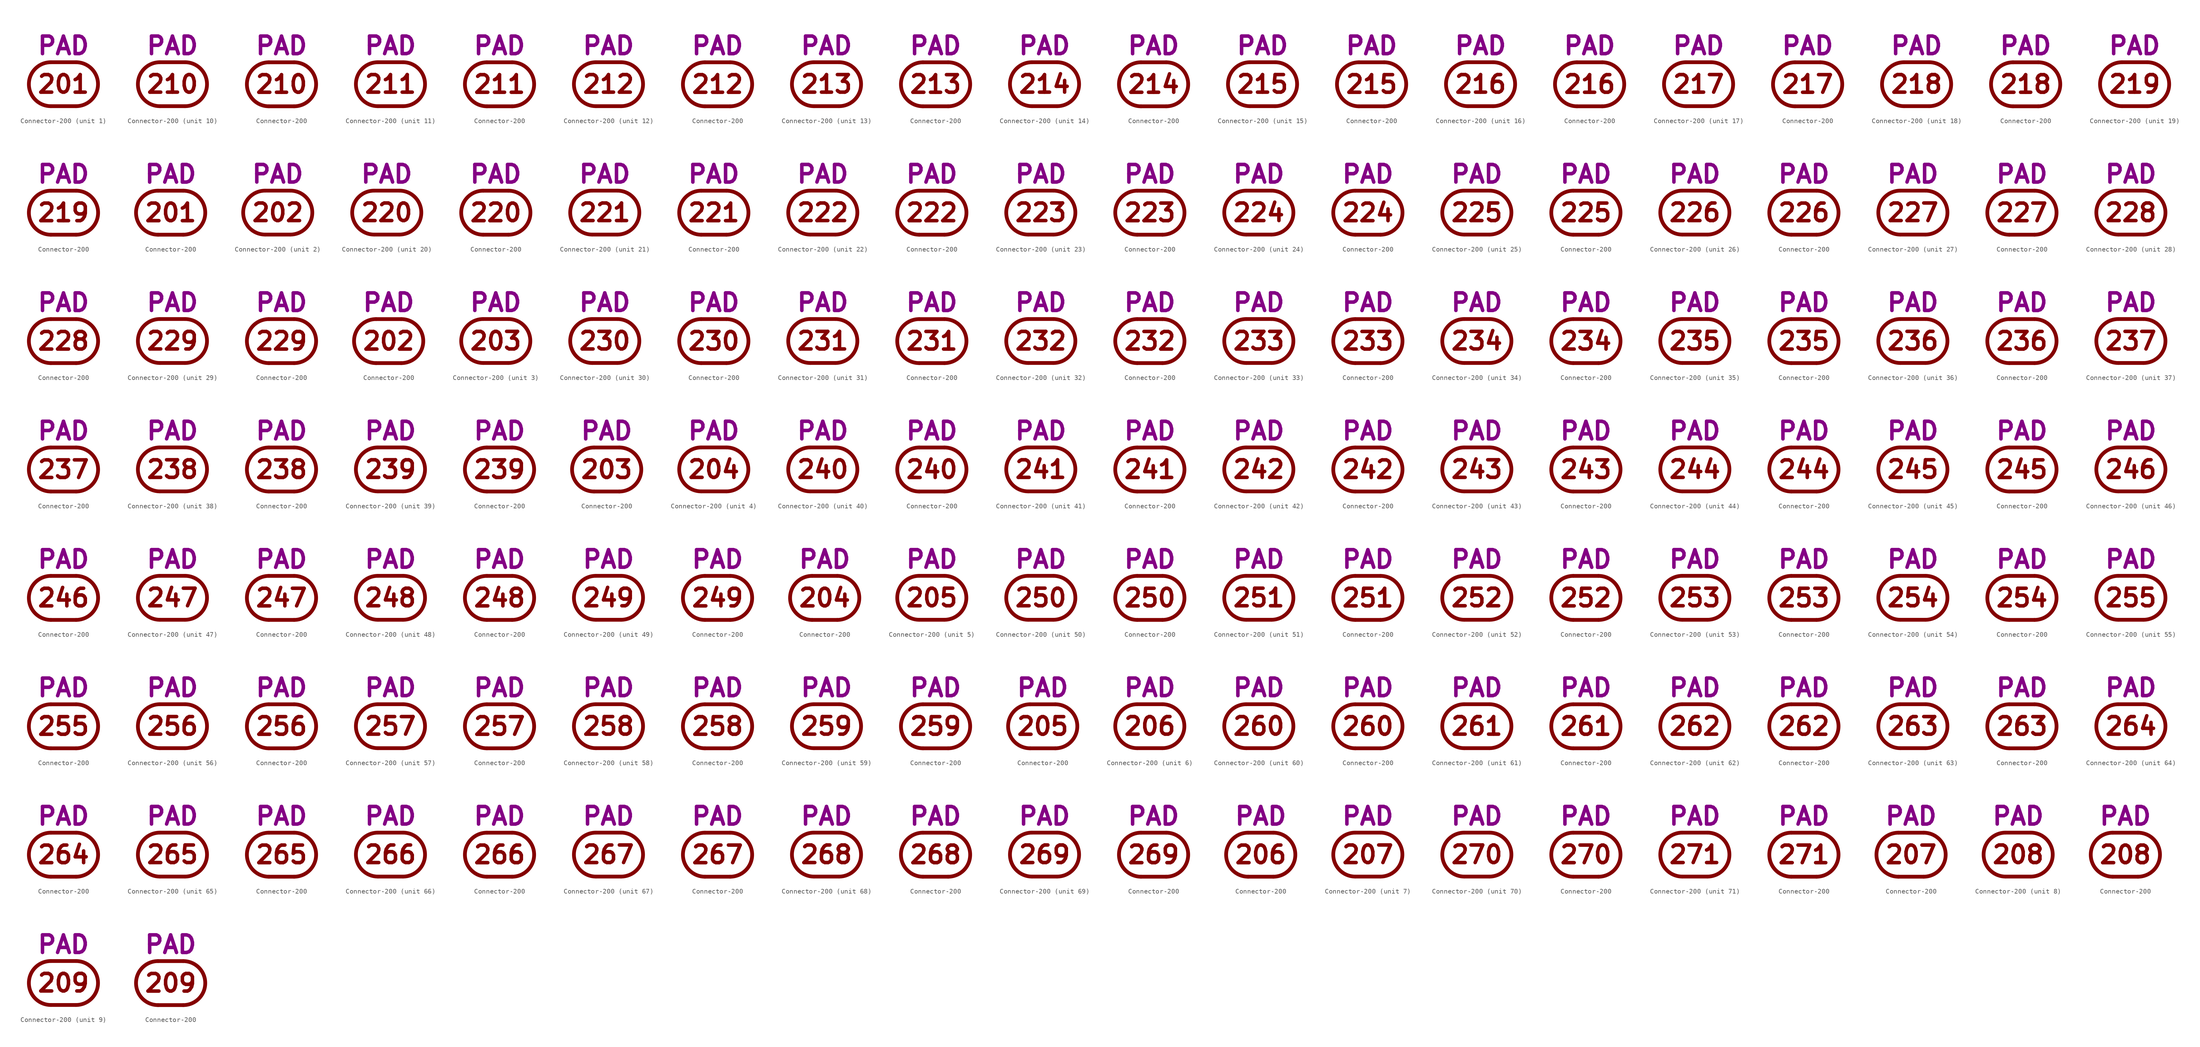
<source format=kicad_sym>
(kicad_symbol_lib
  (version 20211014)
  (generator kicad_symbol_editor)
  (symbol "Connector-200"
    (pin_numbers hide)
    (pin_names
      (offset 0) hide)
    (property "Reference" "J"
      (at 0 8.255 0)
      (effects (font (size 3.556 3.556)) hide))
    (property "Caption" "PAD"
      (at 0 5.715 0)
      (effects (font (size 3.556 3.556) bold) (justify bottom)))
    (property "ki_locked" ""
      (at 0 0 0)
      (effects (font (size 1.27 1.27))))
    (symbol "Connector-200_0_0"
      (arc (start -2.54 4.445) (mid -6.985 0) (end -2.54 -4.445) (stroke (width 0.762) (type default) (color 0 0 0 0)) (fill (type none)))
      (polyline (pts (xy -2.54 -4.445) (xy 2.54 -4.445)) (stroke (width 0.762) (type default) (color 0 0 0 0)) (fill (type none)))
      (polyline (pts (xy -2.54 4.445) (xy 2.54 4.445)) (stroke (width 0.762) (type default) (color 0 0 0 0)) (fill (type none)))
      (arc (start 2.54 -4.445) (mid 6.985 0) (end 2.54 4.445) (stroke (width 0.762) (type default) (color 0 0 0 0)) (fill (type none))))
    (symbol "Connector-200_1_0"
      (text "201" (at 0 0 0) (effects (font (size 3.556 3.556) bold))))
    (symbol "Connector-200_1_1"
      (pin passive line (at 6.985 0 180) (length 0) (name "201" (effects (font (size 3.556 3.556)))) (number "201" (effects (font (size 3.556 3.556))))))
    (symbol "Connector-200_1_2"
      (pin passive line (at 0 4.445 270) (length 0) (name "201" (effects (font (size 3.556 3.556)))) (number "201" (effects (font (size 3.556 3.556))))))
    (symbol "Connector-200_2_0"
      (text "202" (at 0 0 0) (effects (font (size 3.556 3.556) bold))))
    (symbol "Connector-200_2_1"
      (pin passive line (at 6.985 0 180) (length 0) (name "202" (effects (font (size 3.556 3.556)))) (number "202" (effects (font (size 3.556 3.556))))))
    (symbol "Connector-200_2_2"
      (pin passive line (at 0 4.445 270) (length 0) (name "202" (effects (font (size 3.556 3.556)))) (number "202" (effects (font (size 3.556 3.556))))))
    (symbol "Connector-200_3_0"
      (text "203" (at 0 0 0) (effects (font (size 3.556 3.556) bold))))
    (symbol "Connector-200_3_1"
      (pin passive line (at 6.985 0 180) (length 0) (name "203" (effects (font (size 3.556 3.556)))) (number "203" (effects (font (size 3.556 3.556))))))
    (symbol "Connector-200_3_2"
      (pin passive line (at 0 4.445 270) (length 0) (name "203" (effects (font (size 3.556 3.556)))) (number "203" (effects (font (size 3.556 3.556))))))
    (symbol "Connector-200_4_0"
      (text "204" (at 0 0 0) (effects (font (size 3.556 3.556) bold))))
    (symbol "Connector-200_4_1"
      (pin passive line (at 6.985 0 180) (length 0) (name "204" (effects (font (size 3.556 3.556)))) (number "204" (effects (font (size 3.556 3.556))))))
    (symbol "Connector-200_4_2"
      (pin passive line (at 0 4.445 270) (length 0) (name "204" (effects (font (size 3.556 3.556)))) (number "204" (effects (font (size 3.556 3.556))))))
    (symbol "Connector-200_5_0"
      (text "205" (at 0 0 0) (effects (font (size 3.556 3.556) bold))))
    (symbol "Connector-200_5_1"
      (pin passive line (at 6.985 0 180) (length 0) (name "205" (effects (font (size 3.556 3.556)))) (number "205" (effects (font (size 3.556 3.556))))))
    (symbol "Connector-200_5_2"
      (pin passive line (at 0 4.445 270) (length 0) (name "205" (effects (font (size 3.556 3.556)))) (number "205" (effects (font (size 3.556 3.556))))))
    (symbol "Connector-200_6_0"
      (text "206" (at 0 0 0) (effects (font (size 3.556 3.556) bold))))
    (symbol "Connector-200_6_1"
      (pin passive line (at 6.985 0 180) (length 0) (name "206" (effects (font (size 3.556 3.556)))) (number "206" (effects (font (size 3.556 3.556))))))
    (symbol "Connector-200_6_2"
      (pin passive line (at 0 4.445 270) (length 0) (name "206" (effects (font (size 3.556 3.556)))) (number "206" (effects (font (size 3.556 3.556))))))
    (symbol "Connector-200_7_0"
      (text "207" (at 0 0 0) (effects (font (size 3.556 3.556) bold))))
    (symbol "Connector-200_7_1"
      (pin passive line (at 6.985 0 180) (length 0) (name "207" (effects (font (size 3.556 3.556)))) (number "207" (effects (font (size 3.556 3.556))))))
    (symbol "Connector-200_7_2"
      (pin passive line (at 0 4.445 270) (length 0) (name "207" (effects (font (size 3.556 3.556)))) (number "207" (effects (font (size 3.556 3.556))))))
    (symbol "Connector-200_8_0"
      (text "208" (at 0 0 0) (effects (font (size 3.556 3.556) bold))))
    (symbol "Connector-200_8_1"
      (pin passive line (at 6.985 0 180) (length 0) (name "208" (effects (font (size 3.556 3.556)))) (number "208" (effects (font (size 3.556 3.556))))))
    (symbol "Connector-200_8_2"
      (pin passive line (at 0 4.445 270) (length 0) (name "208" (effects (font (size 3.556 3.556)))) (number "208" (effects (font (size 3.556 3.556))))))
    (symbol "Connector-200_9_0"
      (text "209" (at 0 0 0) (effects (font (size 3.556 3.556) bold))))
    (symbol "Connector-200_9_1"
      (pin passive line (at 6.985 0 180) (length 0) (name "209" (effects (font (size 3.556 3.556)))) (number "209" (effects (font (size 3.556 3.556))))))
    (symbol "Connector-200_9_2"
      (pin passive line (at 0 4.445 270) (length 0) (name "209" (effects (font (size 3.556 3.556)))) (number "209" (effects (font (size 3.556 3.556))))))
    (symbol "Connector-200_10_0"
      (text "210" (at 0 0 0) (effects (font (size 3.556 3.556) bold))))
    (symbol "Connector-200_10_1"
      (pin passive line (at 6.985 0 180) (length 0) (name "210" (effects (font (size 3.556 3.556)))) (number "210" (effects (font (size 3.556 3.556))))))
    (symbol "Connector-200_10_2"
      (pin passive line (at 0 4.445 270) (length 0) (name "210" (effects (font (size 3.556 3.556)))) (number "210" (effects (font (size 3.556 3.556))))))
    (symbol "Connector-200_11_0"
      (text "211" (at 0 0 0) (effects (font (size 3.556 3.556) bold))))
    (symbol "Connector-200_11_1"
      (pin passive line (at 6.985 0 180) (length 0) (name "211" (effects (font (size 3.556 3.556)))) (number "211" (effects (font (size 3.556 3.556))))))
    (symbol "Connector-200_11_2"
      (pin passive line (at 0 4.445 270) (length 0) (name "211" (effects (font (size 3.556 3.556)))) (number "211" (effects (font (size 3.556 3.556))))))
    (symbol "Connector-200_12_0"
      (text "212" (at 0 0 0) (effects (font (size 3.556 3.556) bold))))
    (symbol "Connector-200_12_1"
      (pin passive line (at 6.985 0 180) (length 0) (name "212" (effects (font (size 3.556 3.556)))) (number "212" (effects (font (size 3.556 3.556))))))
    (symbol "Connector-200_12_2"
      (pin passive line (at 0 4.445 270) (length 0) (name "212" (effects (font (size 3.556 3.556)))) (number "212" (effects (font (size 3.556 3.556))))))
    (symbol "Connector-200_13_0"
      (text "213" (at 0 0 0) (effects (font (size 3.556 3.556) bold))))
    (symbol "Connector-200_13_1"
      (pin passive line (at 6.985 0 180) (length 0) (name "213" (effects (font (size 3.556 3.556)))) (number "213" (effects (font (size 3.556 3.556))))))
    (symbol "Connector-200_13_2"
      (pin passive line (at 0 4.445 270) (length 0) (name "213" (effects (font (size 3.556 3.556)))) (number "213" (effects (font (size 3.556 3.556))))))
    (symbol "Connector-200_14_0"
      (text "214" (at 0 0 0) (effects (font (size 3.556 3.556) bold))))
    (symbol "Connector-200_14_1"
      (pin passive line (at 6.985 0 180) (length 0) (name "214" (effects (font (size 3.556 3.556)))) (number "214" (effects (font (size 3.556 3.556))))))
    (symbol "Connector-200_14_2"
      (pin passive line (at 0 4.445 270) (length 0) (name "214" (effects (font (size 3.556 3.556)))) (number "214" (effects (font (size 3.556 3.556))))))
    (symbol "Connector-200_15_0"
      (text "215" (at 0 0 0) (effects (font (size 3.556 3.556) bold))))
    (symbol "Connector-200_15_1"
      (pin passive line (at 6.985 0 180) (length 0) (name "215" (effects (font (size 3.556 3.556)))) (number "215" (effects (font (size 3.556 3.556))))))
    (symbol "Connector-200_15_2"
      (pin passive line (at 0 4.445 270) (length 0) (name "215" (effects (font (size 3.556 3.556)))) (number "215" (effects (font (size 3.556 3.556))))))
    (symbol "Connector-200_16_0"
      (text "216" (at 0 0 0) (effects (font (size 3.556 3.556) bold))))
    (symbol "Connector-200_16_1"
      (pin passive line (at 6.985 0 180) (length 0) (name "216" (effects (font (size 3.556 3.556)))) (number "216" (effects (font (size 3.556 3.556))))))
    (symbol "Connector-200_16_2"
      (pin passive line (at 0 4.445 270) (length 0) (name "216" (effects (font (size 3.556 3.556)))) (number "216" (effects (font (size 3.556 3.556))))))
    (symbol "Connector-200_17_0"
      (text "217" (at 0 0 0) (effects (font (size 3.556 3.556) bold))))
    (symbol "Connector-200_17_1"
      (pin passive line (at 6.985 0 180) (length 0) (name "217" (effects (font (size 3.556 3.556)))) (number "217" (effects (font (size 3.556 3.556))))))
    (symbol "Connector-200_17_2"
      (pin passive line (at 0 4.445 270) (length 0) (name "217" (effects (font (size 3.556 3.556)))) (number "217" (effects (font (size 3.556 3.556))))))
    (symbol "Connector-200_18_0"
      (text "218" (at 0 0 0) (effects (font (size 3.556 3.556) bold))))
    (symbol "Connector-200_18_1"
      (pin passive line (at 6.985 0 180) (length 0) (name "218" (effects (font (size 3.556 3.556)))) (number "218" (effects (font (size 3.556 3.556))))))
    (symbol "Connector-200_18_2"
      (pin passive line (at 0 4.445 270) (length 0) (name "218" (effects (font (size 3.556 3.556)))) (number "218" (effects (font (size 3.556 3.556))))))
    (symbol "Connector-200_19_0"
      (text "219" (at 0 0 0) (effects (font (size 3.556 3.556) bold))))
    (symbol "Connector-200_19_1"
      (pin passive line (at 6.985 0 180) (length 0) (name "219" (effects (font (size 3.556 3.556)))) (number "219" (effects (font (size 3.556 3.556))))))
    (symbol "Connector-200_19_2"
      (pin passive line (at 0 4.445 270) (length 0) (name "219" (effects (font (size 3.556 3.556)))) (number "219" (effects (font (size 3.556 3.556))))))
    (symbol "Connector-200_20_0"
      (text "220" (at 0 0 0) (effects (font (size 3.556 3.556) bold))))
    (symbol "Connector-200_20_1"
      (pin passive line (at 6.985 0 180) (length 0) (name "220" (effects (font (size 3.556 3.556)))) (number "220" (effects (font (size 3.556 3.556))))))
    (symbol "Connector-200_20_2"
      (pin passive line (at 0 4.445 270) (length 0) (name "220" (effects (font (size 3.556 3.556)))) (number "220" (effects (font (size 3.556 3.556))))))
    (symbol "Connector-200_21_0"
      (text "221" (at 0 0 0) (effects (font (size 3.556 3.556) bold))))
    (symbol "Connector-200_21_1"
      (pin passive line (at 6.985 0 180) (length 0) (name "221" (effects (font (size 3.556 3.556)))) (number "221" (effects (font (size 3.556 3.556))))))
    (symbol "Connector-200_21_2"
      (pin passive line (at 0 4.445 270) (length 0) (name "221" (effects (font (size 3.556 3.556)))) (number "221" (effects (font (size 3.556 3.556))))))
    (symbol "Connector-200_22_0"
      (text "222" (at 0 0 0) (effects (font (size 3.556 3.556) bold))))
    (symbol "Connector-200_22_1"
      (pin passive line (at 6.985 0 180) (length 0) (name "222" (effects (font (size 3.556 3.556)))) (number "222" (effects (font (size 3.556 3.556))))))
    (symbol "Connector-200_22_2"
      (pin passive line (at 0 4.445 270) (length 0) (name "222" (effects (font (size 3.556 3.556)))) (number "222" (effects (font (size 3.556 3.556))))))
    (symbol "Connector-200_23_0"
      (text "223" (at 0 0 0) (effects (font (size 3.556 3.556) bold))))
    (symbol "Connector-200_23_1"
      (pin passive line (at 6.985 0 180) (length 0) (name "223" (effects (font (size 3.556 3.556)))) (number "223" (effects (font (size 3.556 3.556))))))
    (symbol "Connector-200_23_2"
      (pin passive line (at 0 4.445 270) (length 0) (name "223" (effects (font (size 3.556 3.556)))) (number "223" (effects (font (size 3.556 3.556))))))
    (symbol "Connector-200_24_0"
      (text "224" (at 0 0 0) (effects (font (size 3.556 3.556) bold))))
    (symbol "Connector-200_24_1"
      (pin passive line (at 6.985 0 180) (length 0) (name "224" (effects (font (size 3.556 3.556)))) (number "224" (effects (font (size 3.556 3.556))))))
    (symbol "Connector-200_24_2"
      (pin passive line (at 0 4.445 270) (length 0) (name "224" (effects (font (size 3.556 3.556)))) (number "224" (effects (font (size 3.556 3.556))))))
    (symbol "Connector-200_25_0"
      (text "225" (at 0 0 0) (effects (font (size 3.556 3.556) bold))))
    (symbol "Connector-200_25_1"
      (pin passive line (at 6.985 0 180) (length 0) (name "225" (effects (font (size 3.556 3.556)))) (number "225" (effects (font (size 3.556 3.556))))))
    (symbol "Connector-200_25_2"
      (pin passive line (at 0 4.445 270) (length 0) (name "225" (effects (font (size 3.556 3.556)))) (number "225" (effects (font (size 3.556 3.556))))))
    (symbol "Connector-200_26_0"
      (text "226" (at 0 0 0) (effects (font (size 3.556 3.556) bold))))
    (symbol "Connector-200_26_1"
      (pin passive line (at 6.985 0 180) (length 0) (name "226" (effects (font (size 3.556 3.556)))) (number "226" (effects (font (size 3.556 3.556))))))
    (symbol "Connector-200_26_2"
      (pin passive line (at 0 4.445 270) (length 0) (name "226" (effects (font (size 3.556 3.556)))) (number "226" (effects (font (size 3.556 3.556))))))
    (symbol "Connector-200_27_0"
      (text "227" (at 0 0 0) (effects (font (size 3.556 3.556) bold))))
    (symbol "Connector-200_27_1"
      (pin passive line (at 6.985 0 180) (length 0) (name "227" (effects (font (size 3.556 3.556)))) (number "227" (effects (font (size 3.556 3.556))))))
    (symbol "Connector-200_27_2"
      (pin passive line (at 0 4.445 270) (length 0) (name "227" (effects (font (size 3.556 3.556)))) (number "227" (effects (font (size 3.556 3.556))))))
    (symbol "Connector-200_28_0"
      (text "228" (at 0 0 0) (effects (font (size 3.556 3.556) bold))))
    (symbol "Connector-200_28_1"
      (pin passive line (at 6.985 0 180) (length 0) (name "228" (effects (font (size 3.556 3.556)))) (number "228" (effects (font (size 3.556 3.556))))))
    (symbol "Connector-200_28_2"
      (pin passive line (at 0 4.445 270) (length 0) (name "228" (effects (font (size 3.556 3.556)))) (number "228" (effects (font (size 3.556 3.556))))))
    (symbol "Connector-200_29_0"
      (text "229" (at 0 0 0) (effects (font (size 3.556 3.556) bold))))
    (symbol "Connector-200_29_1"
      (pin passive line (at 6.985 0 180) (length 0) (name "229" (effects (font (size 3.556 3.556)))) (number "229" (effects (font (size 3.556 3.556))))))
    (symbol "Connector-200_29_2"
      (pin passive line (at 0 4.445 270) (length 0) (name "229" (effects (font (size 3.556 3.556)))) (number "229" (effects (font (size 3.556 3.556))))))
    (symbol "Connector-200_30_0"
      (text "230" (at 0 0 0) (effects (font (size 3.556 3.556) bold))))
    (symbol "Connector-200_30_1"
      (pin passive line (at 6.985 0 180) (length 0) (name "230" (effects (font (size 3.556 3.556)))) (number "230" (effects (font (size 3.556 3.556))))))
    (symbol "Connector-200_30_2"
      (pin passive line (at 0 4.445 270) (length 0) (name "230" (effects (font (size 3.556 3.556)))) (number "230" (effects (font (size 3.556 3.556))))))
    (symbol "Connector-200_31_0"
      (text "231" (at 0 0 0) (effects (font (size 3.556 3.556) bold))))
    (symbol "Connector-200_31_1"
      (pin passive line (at 6.985 0 180) (length 0) (name "231" (effects (font (size 3.556 3.556)))) (number "231" (effects (font (size 3.556 3.556))))))
    (symbol "Connector-200_31_2"
      (pin passive line (at 0 4.445 270) (length 0) (name "231" (effects (font (size 3.556 3.556)))) (number "231" (effects (font (size 3.556 3.556))))))
    (symbol "Connector-200_32_0"
      (text "232" (at 0 0 0) (effects (font (size 3.556 3.556) bold))))
    (symbol "Connector-200_32_1"
      (pin passive line (at 6.985 0 180) (length 0) (name "232" (effects (font (size 3.556 3.556)))) (number "232" (effects (font (size 3.556 3.556))))))
    (symbol "Connector-200_32_2"
      (pin passive line (at 0 4.445 270) (length 0) (name "232" (effects (font (size 3.556 3.556)))) (number "232" (effects (font (size 3.556 3.556))))))
    (symbol "Connector-200_33_0"
      (text "233" (at 0 0 0) (effects (font (size 3.556 3.556) bold))))
    (symbol "Connector-200_33_1"
      (pin passive line (at 6.985 0 180) (length 0) (name "233" (effects (font (size 3.556 3.556)))) (number "233" (effects (font (size 3.556 3.556))))))
    (symbol "Connector-200_33_2"
      (pin passive line (at 0 4.445 270) (length 0) (name "233" (effects (font (size 3.556 3.556)))) (number "233" (effects (font (size 3.556 3.556))))))
    (symbol "Connector-200_34_0"
      (text "234" (at 0 0 0) (effects (font (size 3.556 3.556) bold))))
    (symbol "Connector-200_34_1"
      (pin passive line (at 6.985 0 180) (length 0) (name "234" (effects (font (size 3.556 3.556)))) (number "234" (effects (font (size 3.556 3.556))))))
    (symbol "Connector-200_34_2"
      (pin passive line (at 0 4.445 270) (length 0) (name "234" (effects (font (size 3.556 3.556)))) (number "234" (effects (font (size 3.556 3.556))))))
    (symbol "Connector-200_35_0"
      (text "235" (at 0 0 0) (effects (font (size 3.556 3.556) bold))))
    (symbol "Connector-200_35_1"
      (pin passive line (at 6.985 0 180) (length 0) (name "235" (effects (font (size 3.556 3.556)))) (number "235" (effects (font (size 3.556 3.556))))))
    (symbol "Connector-200_35_2"
      (pin passive line (at 0 4.445 270) (length 0) (name "235" (effects (font (size 3.556 3.556)))) (number "235" (effects (font (size 3.556 3.556))))))
    (symbol "Connector-200_36_0"
      (text "236" (at 0 0 0) (effects (font (size 3.556 3.556) bold))))
    (symbol "Connector-200_36_1"
      (pin passive line (at 6.985 0 180) (length 0) (name "236" (effects (font (size 3.556 3.556)))) (number "236" (effects (font (size 3.556 3.556))))))
    (symbol "Connector-200_36_2"
      (pin passive line (at 0 4.445 270) (length 0) (name "236" (effects (font (size 3.556 3.556)))) (number "236" (effects (font (size 3.556 3.556))))))
    (symbol "Connector-200_37_0"
      (text "237" (at 0 0 0) (effects (font (size 3.556 3.556) bold))))
    (symbol "Connector-200_37_1"
      (pin passive line (at 6.985 0 180) (length 0) (name "237" (effects (font (size 3.556 3.556)))) (number "237" (effects (font (size 3.556 3.556))))))
    (symbol "Connector-200_37_2"
      (pin passive line (at 0 4.445 270) (length 0) (name "237" (effects (font (size 3.556 3.556)))) (number "237" (effects (font (size 3.556 3.556))))))
    (symbol "Connector-200_38_0"
      (text "238" (at 0 0 0) (effects (font (size 3.556 3.556) bold))))
    (symbol "Connector-200_38_1"
      (pin passive line (at 6.985 0 180) (length 0) (name "238" (effects (font (size 3.556 3.556)))) (number "238" (effects (font (size 3.556 3.556))))))
    (symbol "Connector-200_38_2"
      (pin passive line (at 0 4.445 270) (length 0) (name "238" (effects (font (size 3.556 3.556)))) (number "238" (effects (font (size 3.556 3.556))))))
    (symbol "Connector-200_39_0"
      (text "239" (at 0 0 0) (effects (font (size 3.556 3.556) bold))))
    (symbol "Connector-200_39_1"
      (pin passive line (at 6.985 0 180) (length 0) (name "239" (effects (font (size 3.556 3.556)))) (number "239" (effects (font (size 3.556 3.556))))))
    (symbol "Connector-200_39_2"
      (pin passive line (at 0 4.445 270) (length 0) (name "239" (effects (font (size 3.556 3.556)))) (number "239" (effects (font (size 3.556 3.556))))))
    (symbol "Connector-200_40_0"
      (text "240" (at 0 0 0) (effects (font (size 3.556 3.556) bold))))
    (symbol "Connector-200_40_1"
      (pin passive line (at 6.985 0 180) (length 0) (name "240" (effects (font (size 3.556 3.556)))) (number "240" (effects (font (size 3.556 3.556))))))
    (symbol "Connector-200_40_2"
      (pin passive line (at 0 4.445 270) (length 0) (name "240" (effects (font (size 3.556 3.556)))) (number "240" (effects (font (size 3.556 3.556))))))
    (symbol "Connector-200_41_0"
      (text "241" (at 0 0 0) (effects (font (size 3.556 3.556) bold))))
    (symbol "Connector-200_41_1"
      (pin passive line (at 6.985 0 180) (length 0) (name "241" (effects (font (size 3.556 3.556)))) (number "241" (effects (font (size 3.556 3.556))))))
    (symbol "Connector-200_41_2"
      (pin passive line (at 0 4.445 270) (length 0) (name "241" (effects (font (size 3.556 3.556)))) (number "241" (effects (font (size 3.556 3.556))))))
    (symbol "Connector-200_42_0"
      (text "242" (at 0 0 0) (effects (font (size 3.556 3.556) bold))))
    (symbol "Connector-200_42_1"
      (pin passive line (at 6.985 0 180) (length 0) (name "242" (effects (font (size 3.556 3.556)))) (number "242" (effects (font (size 3.556 3.556))))))
    (symbol "Connector-200_42_2"
      (pin passive line (at 0 4.445 270) (length 0) (name "242" (effects (font (size 3.556 3.556)))) (number "242" (effects (font (size 3.556 3.556))))))
    (symbol "Connector-200_43_0"
      (text "243" (at 0 0 0) (effects (font (size 3.556 3.556) bold))))
    (symbol "Connector-200_43_1"
      (pin passive line (at 6.985 0 180) (length 0) (name "243" (effects (font (size 3.556 3.556)))) (number "243" (effects (font (size 3.556 3.556))))))
    (symbol "Connector-200_43_2"
      (pin passive line (at 0 4.445 270) (length 0) (name "243" (effects (font (size 3.556 3.556)))) (number "243" (effects (font (size 3.556 3.556))))))
    (symbol "Connector-200_44_0"
      (text "244" (at 0 0 0) (effects (font (size 3.556 3.556) bold))))
    (symbol "Connector-200_44_1"
      (pin passive line (at 6.985 0 180) (length 0) (name "244" (effects (font (size 3.556 3.556)))) (number "244" (effects (font (size 3.556 3.556))))))
    (symbol "Connector-200_44_2"
      (pin passive line (at 0 4.445 270) (length 0) (name "244" (effects (font (size 3.556 3.556)))) (number "244" (effects (font (size 3.556 3.556))))))
    (symbol "Connector-200_45_0"
      (text "245" (at 0 0 0) (effects (font (size 3.556 3.556) bold))))
    (symbol "Connector-200_45_1"
      (pin passive line (at 6.985 0 180) (length 0) (name "245" (effects (font (size 3.556 3.556)))) (number "245" (effects (font (size 3.556 3.556))))))
    (symbol "Connector-200_45_2"
      (pin passive line (at 0 4.445 270) (length 0) (name "245" (effects (font (size 3.556 3.556)))) (number "245" (effects (font (size 3.556 3.556))))))
    (symbol "Connector-200_46_0"
      (text "246" (at 0 0 0) (effects (font (size 3.556 3.556) bold))))
    (symbol "Connector-200_46_1"
      (pin passive line (at 6.985 0 180) (length 0) (name "246" (effects (font (size 3.556 3.556)))) (number "246" (effects (font (size 3.556 3.556))))))
    (symbol "Connector-200_46_2"
      (pin passive line (at 0 4.445 270) (length 0) (name "246" (effects (font (size 3.556 3.556)))) (number "246" (effects (font (size 3.556 3.556))))))
    (symbol "Connector-200_47_0"
      (text "247" (at 0 0 0) (effects (font (size 3.556 3.556) bold))))
    (symbol "Connector-200_47_1"
      (pin passive line (at 6.985 0 180) (length 0) (name "247" (effects (font (size 3.556 3.556)))) (number "247" (effects (font (size 3.556 3.556))))))
    (symbol "Connector-200_47_2"
      (pin passive line (at 0 4.445 270) (length 0) (name "247" (effects (font (size 3.556 3.556)))) (number "247" (effects (font (size 3.556 3.556))))))
    (symbol "Connector-200_48_0"
      (text "248" (at 0 0 0) (effects (font (size 3.556 3.556) bold))))
    (symbol "Connector-200_48_1"
      (pin passive line (at 6.985 0 180) (length 0) (name "248" (effects (font (size 3.556 3.556)))) (number "248" (effects (font (size 3.556 3.556))))))
    (symbol "Connector-200_48_2"
      (pin passive line (at 0 4.445 270) (length 0) (name "248" (effects (font (size 3.556 3.556)))) (number "248" (effects (font (size 3.556 3.556))))))
    (symbol "Connector-200_49_0"
      (text "249" (at 0 0 0) (effects (font (size 3.556 3.556) bold))))
    (symbol "Connector-200_49_1"
      (pin passive line (at 6.985 0 180) (length 0) (name "249" (effects (font (size 3.556 3.556)))) (number "249" (effects (font (size 3.556 3.556))))))
    (symbol "Connector-200_49_2"
      (pin passive line (at 0 4.445 270) (length 0) (name "249" (effects (font (size 3.556 3.556)))) (number "249" (effects (font (size 3.556 3.556))))))
    (symbol "Connector-200_50_0"
      (text "250" (at 0 0 0) (effects (font (size 3.556 3.556) bold))))
    (symbol "Connector-200_50_1"
      (pin passive line (at 6.985 0 180) (length 0) (name "250" (effects (font (size 3.556 3.556)))) (number "250" (effects (font (size 3.556 3.556))))))
    (symbol "Connector-200_50_2"
      (pin passive line (at 0 4.445 270) (length 0) (name "250" (effects (font (size 3.556 3.556)))) (number "250" (effects (font (size 3.556 3.556))))))
    (symbol "Connector-200_51_0"
      (text "251" (at 0 0 0) (effects (font (size 3.556 3.556) bold))))
    (symbol "Connector-200_51_1"
      (pin passive line (at 6.985 0 180) (length 0) (name "251" (effects (font (size 3.556 3.556)))) (number "251" (effects (font (size 3.556 3.556))))))
    (symbol "Connector-200_51_2"
      (pin passive line (at 0 4.445 270) (length 0) (name "251" (effects (font (size 3.556 3.556)))) (number "251" (effects (font (size 3.556 3.556))))))
    (symbol "Connector-200_52_0"
      (text "252" (at 0 0 0) (effects (font (size 3.556 3.556) bold))))
    (symbol "Connector-200_52_1"
      (pin passive line (at 6.985 0 180) (length 0) (name "252" (effects (font (size 3.556 3.556)))) (number "252" (effects (font (size 3.556 3.556))))))
    (symbol "Connector-200_52_2"
      (pin passive line (at 0 4.445 270) (length 0) (name "252" (effects (font (size 3.556 3.556)))) (number "252" (effects (font (size 3.556 3.556))))))
    (symbol "Connector-200_53_0"
      (text "253" (at 0 0 0) (effects (font (size 3.556 3.556) bold))))
    (symbol "Connector-200_53_1"
      (pin passive line (at 6.985 0 180) (length 0) (name "253" (effects (font (size 3.556 3.556)))) (number "253" (effects (font (size 3.556 3.556))))))
    (symbol "Connector-200_53_2"
      (pin passive line (at 0 4.445 270) (length 0) (name "253" (effects (font (size 3.556 3.556)))) (number "253" (effects (font (size 3.556 3.556))))))
    (symbol "Connector-200_54_0"
      (text "254" (at 0 0 0) (effects (font (size 3.556 3.556) bold))))
    (symbol "Connector-200_54_1"
      (pin passive line (at 6.985 0 180) (length 0) (name "254" (effects (font (size 3.556 3.556)))) (number "254" (effects (font (size 3.556 3.556))))))
    (symbol "Connector-200_54_2"
      (pin passive line (at 0 4.445 270) (length 0) (name "254" (effects (font (size 3.556 3.556)))) (number "254" (effects (font (size 3.556 3.556))))))
    (symbol "Connector-200_55_0"
      (text "255" (at 0 0 0) (effects (font (size 3.556 3.556) bold))))
    (symbol "Connector-200_55_1"
      (pin passive line (at 6.985 0 180) (length 0) (name "255" (effects (font (size 3.556 3.556)))) (number "255" (effects (font (size 3.556 3.556))))))
    (symbol "Connector-200_55_2"
      (pin passive line (at 0 4.445 270) (length 0) (name "255" (effects (font (size 3.556 3.556)))) (number "255" (effects (font (size 3.556 3.556))))))
    (symbol "Connector-200_56_0"
      (text "256" (at 0 0 0) (effects (font (size 3.556 3.556) bold))))
    (symbol "Connector-200_56_1"
      (pin passive line (at 6.985 0 180) (length 0) (name "256" (effects (font (size 3.556 3.556)))) (number "256" (effects (font (size 3.556 3.556))))))
    (symbol "Connector-200_56_2"
      (pin passive line (at 0 4.445 270) (length 0) (name "256" (effects (font (size 3.556 3.556)))) (number "256" (effects (font (size 3.556 3.556))))))
    (symbol "Connector-200_57_0"
      (text "257" (at 0 0 0) (effects (font (size 3.556 3.556) bold))))
    (symbol "Connector-200_57_1"
      (pin passive line (at 6.985 0 180) (length 0) (name "257" (effects (font (size 3.556 3.556)))) (number "257" (effects (font (size 3.556 3.556))))))
    (symbol "Connector-200_57_2"
      (pin passive line (at 0 4.445 270) (length 0) (name "257" (effects (font (size 3.556 3.556)))) (number "257" (effects (font (size 3.556 3.556))))))
    (symbol "Connector-200_58_0"
      (text "258" (at 0 0 0) (effects (font (size 3.556 3.556) bold))))
    (symbol "Connector-200_58_1"
      (pin passive line (at 6.985 0 180) (length 0) (name "258" (effects (font (size 3.556 3.556)))) (number "258" (effects (font (size 3.556 3.556))))))
    (symbol "Connector-200_58_2"
      (pin passive line (at 0 4.445 270) (length 0) (name "258" (effects (font (size 3.556 3.556)))) (number "258" (effects (font (size 3.556 3.556))))))
    (symbol "Connector-200_59_0"
      (text "259" (at 0 0 0) (effects (font (size 3.556 3.556) bold))))
    (symbol "Connector-200_59_1"
      (pin passive line (at 6.985 0 180) (length 0) (name "259" (effects (font (size 3.556 3.556)))) (number "259" (effects (font (size 3.556 3.556))))))
    (symbol "Connector-200_59_2"
      (pin passive line (at 0 4.445 270) (length 0) (name "259" (effects (font (size 3.556 3.556)))) (number "259" (effects (font (size 3.556 3.556))))))
    (symbol "Connector-200_60_0"
      (text "260" (at 0 0 0) (effects (font (size 3.556 3.556) bold))))
    (symbol "Connector-200_60_1"
      (pin passive line (at 6.985 0 180) (length 0) (name "260" (effects (font (size 3.556 3.556)))) (number "260" (effects (font (size 3.556 3.556))))))
    (symbol "Connector-200_60_2"
      (pin passive line (at 0 4.445 270) (length 0) (name "260" (effects (font (size 3.556 3.556)))) (number "260" (effects (font (size 3.556 3.556))))))
    (symbol "Connector-200_61_0"
      (text "261" (at 0 0 0) (effects (font (size 3.556 3.556) bold))))
    (symbol "Connector-200_61_1"
      (pin passive line (at 6.985 0 180) (length 0) (name "261" (effects (font (size 3.556 3.556)))) (number "261" (effects (font (size 3.556 3.556))))))
    (symbol "Connector-200_61_2"
      (pin passive line (at 0 4.445 270) (length 0) (name "261" (effects (font (size 3.556 3.556)))) (number "261" (effects (font (size 3.556 3.556))))))
    (symbol "Connector-200_62_0"
      (text "262" (at 0 0 0) (effects (font (size 3.556 3.556) bold))))
    (symbol "Connector-200_62_1"
      (pin passive line (at 6.985 0 180) (length 0) (name "262" (effects (font (size 3.556 3.556)))) (number "262" (effects (font (size 3.556 3.556))))))
    (symbol "Connector-200_62_2"
      (pin passive line (at 0 4.445 270) (length 0) (name "262" (effects (font (size 3.556 3.556)))) (number "262" (effects (font (size 3.556 3.556))))))
    (symbol "Connector-200_63_0"
      (text "263" (at 0 0 0) (effects (font (size 3.556 3.556) bold))))
    (symbol "Connector-200_63_1"
      (pin passive line (at 6.985 0 180) (length 0) (name "263" (effects (font (size 3.556 3.556)))) (number "263" (effects (font (size 3.556 3.556))))))
    (symbol "Connector-200_63_2"
      (pin passive line (at 0 4.445 270) (length 0) (name "263" (effects (font (size 3.556 3.556)))) (number "263" (effects (font (size 3.556 3.556))))))
    (symbol "Connector-200_64_0"
      (text "264" (at 0 0 0) (effects (font (size 3.556 3.556) bold))))
    (symbol "Connector-200_64_1"
      (pin passive line (at 6.985 0 180) (length 0) (name "264" (effects (font (size 3.556 3.556)))) (number "264" (effects (font (size 3.556 3.556))))))
    (symbol "Connector-200_64_2"
      (pin passive line (at 0 4.445 270) (length 0) (name "264" (effects (font (size 3.556 3.556)))) (number "264" (effects (font (size 3.556 3.556))))))
    (symbol "Connector-200_65_0"
      (text "265" (at 0 0 0) (effects (font (size 3.556 3.556) bold))))
    (symbol "Connector-200_65_1"
      (pin passive line (at 6.985 0 180) (length 0) (name "265" (effects (font (size 3.556 3.556)))) (number "265" (effects (font (size 3.556 3.556))))))
    (symbol "Connector-200_65_2"
      (pin passive line (at 0 4.445 270) (length 0) (name "265" (effects (font (size 3.556 3.556)))) (number "265" (effects (font (size 3.556 3.556))))))
    (symbol "Connector-200_66_0"
      (text "266" (at 0 0 0) (effects (font (size 3.556 3.556) bold))))
    (symbol "Connector-200_66_1"
      (pin passive line (at 6.985 0 180) (length 0) (name "266" (effects (font (size 3.556 3.556)))) (number "266" (effects (font (size 3.556 3.556))))))
    (symbol "Connector-200_66_2"
      (pin passive line (at 0 4.445 270) (length 0) (name "266" (effects (font (size 3.556 3.556)))) (number "266" (effects (font (size 3.556 3.556))))))
    (symbol "Connector-200_67_0"
      (text "267" (at 0 0 0) (effects (font (size 3.556 3.556) bold))))
    (symbol "Connector-200_67_1"
      (pin passive line (at 6.985 0 180) (length 0) (name "267" (effects (font (size 3.556 3.556)))) (number "267" (effects (font (size 3.556 3.556))))))
    (symbol "Connector-200_67_2"
      (pin passive line (at 0 4.445 270) (length 0) (name "267" (effects (font (size 3.556 3.556)))) (number "267" (effects (font (size 3.556 3.556))))))
    (symbol "Connector-200_68_0"
      (text "268" (at 0 0 0) (effects (font (size 3.556 3.556) bold))))
    (symbol "Connector-200_68_1"
      (pin passive line (at 6.985 0 180) (length 0) (name "268" (effects (font (size 3.556 3.556)))) (number "268" (effects (font (size 3.556 3.556))))))
    (symbol "Connector-200_68_2"
      (pin passive line (at 0 4.445 270) (length 0) (name "268" (effects (font (size 3.556 3.556)))) (number "268" (effects (font (size 3.556 3.556))))))
    (symbol "Connector-200_69_0"
      (text "269" (at 0 0 0) (effects (font (size 3.556 3.556) bold))))
    (symbol "Connector-200_69_1"
      (pin passive line (at 6.985 0 180) (length 0) (name "269" (effects (font (size 3.556 3.556)))) (number "269" (effects (font (size 3.556 3.556))))))
    (symbol "Connector-200_69_2"
      (pin passive line (at 0 4.445 270) (length 0) (name "269" (effects (font (size 3.556 3.556)))) (number "269" (effects (font (size 3.556 3.556))))))
    (symbol "Connector-200_70_0"
      (text "270" (at 0 0 0) (effects (font (size 3.556 3.556) bold))))
    (symbol "Connector-200_70_1"
      (pin passive line (at 6.985 0 180) (length 0) (name "270" (effects (font (size 3.556 3.556)))) (number "270" (effects (font (size 3.556 3.556))))))
    (symbol "Connector-200_70_2"
      (pin passive line (at 0 4.445 270) (length 0) (name "270" (effects (font (size 3.556 3.556)))) (number "270" (effects (font (size 3.556 3.556))))))
    (symbol "Connector-200_71_0"
      (text "271" (at 0 0 0) (effects (font (size 3.556 3.556) bold))))
    (symbol "Connector-200_71_1"
      (pin passive line (at 6.985 0 180) (length 0) (name "271" (effects (font (size 3.556 3.556)))) (number "271" (effects (font (size 3.556 3.556))))))
    (symbol "Connector-200_71_2"
      (pin passive line (at 0 4.445 270) (length 0) (name "271" (effects (font (size 3.556 3.556)))) (number "271" (effects (font (size 3.556 3.556))))))))
</source>
